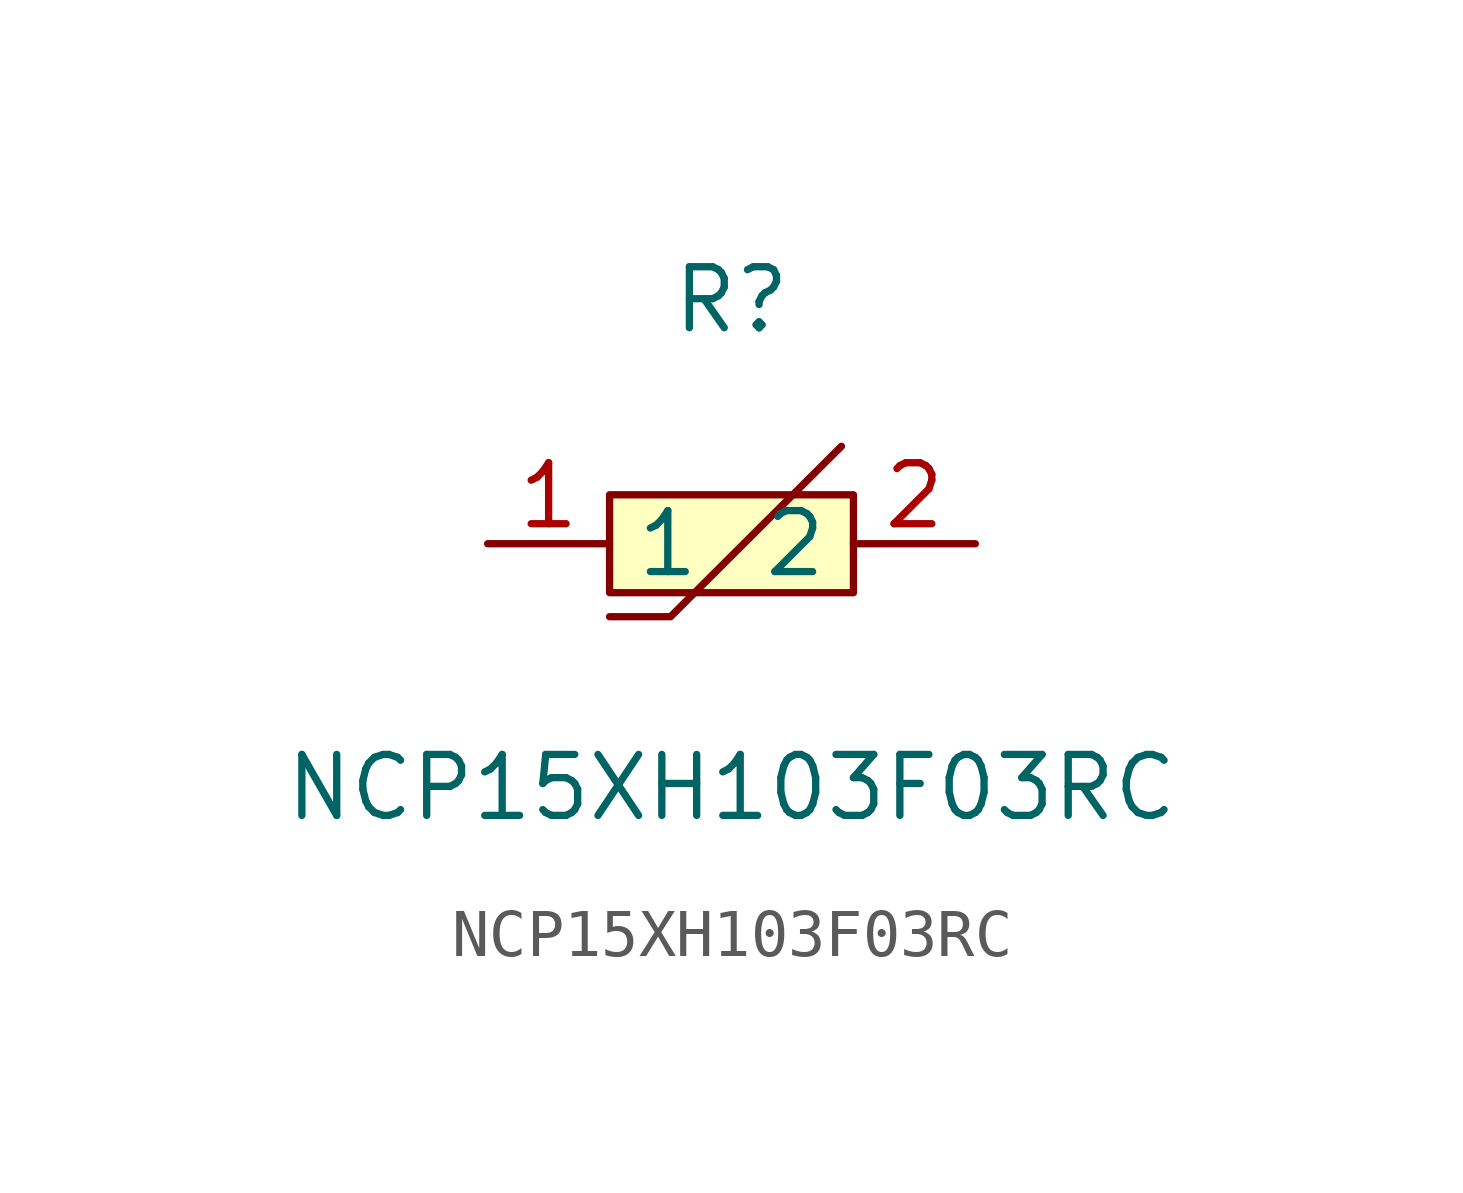
<source format=kicad_sym>
(kicad_symbol_lib
  (version 1)
  (generator "faebryk")
  (symbol "NCP15XH103F03RC"
    (property "Reference" "R"
      (at 0 5.08 0)
      (effects (font (size 1.27 1.27)) (hide no)))
    (property "Value" "NCP15XH103F03RC"
      (at 0 -5.08 0)
      (effects (font (size 1.27 1.27)) (hide no)))
    (symbol "NCP15XH103F03RC_0_1"
      (polyline (stroke (width 0) (type default) (color 0 0 0 0)) (fill (type none)) (pts (xy -2.54 -1.52) (xy -1.27 -1.52) (xy 2.29 2.03)))
      (rectangle (start -2.54 1.02) (end 2.54 -1.02) (stroke (width 0) (type default) (color 0 0 0 0)) (fill (type background)))
      (pin input line (at 5.08 0 180) (length 2.54) (name "2" (effects (font (size 1.27 1.27)) (hide no))) (number "2" (effects (font (size 1.27 1.27)) (hide no))))
      (pin input line (at -5.08 0 0) (length 2.54) (name "1" (effects (font (size 1.27 1.27)) (hide no))) (number "1" (effects (font (size 1.27 1.27)) (hide no)))))))
</source>
